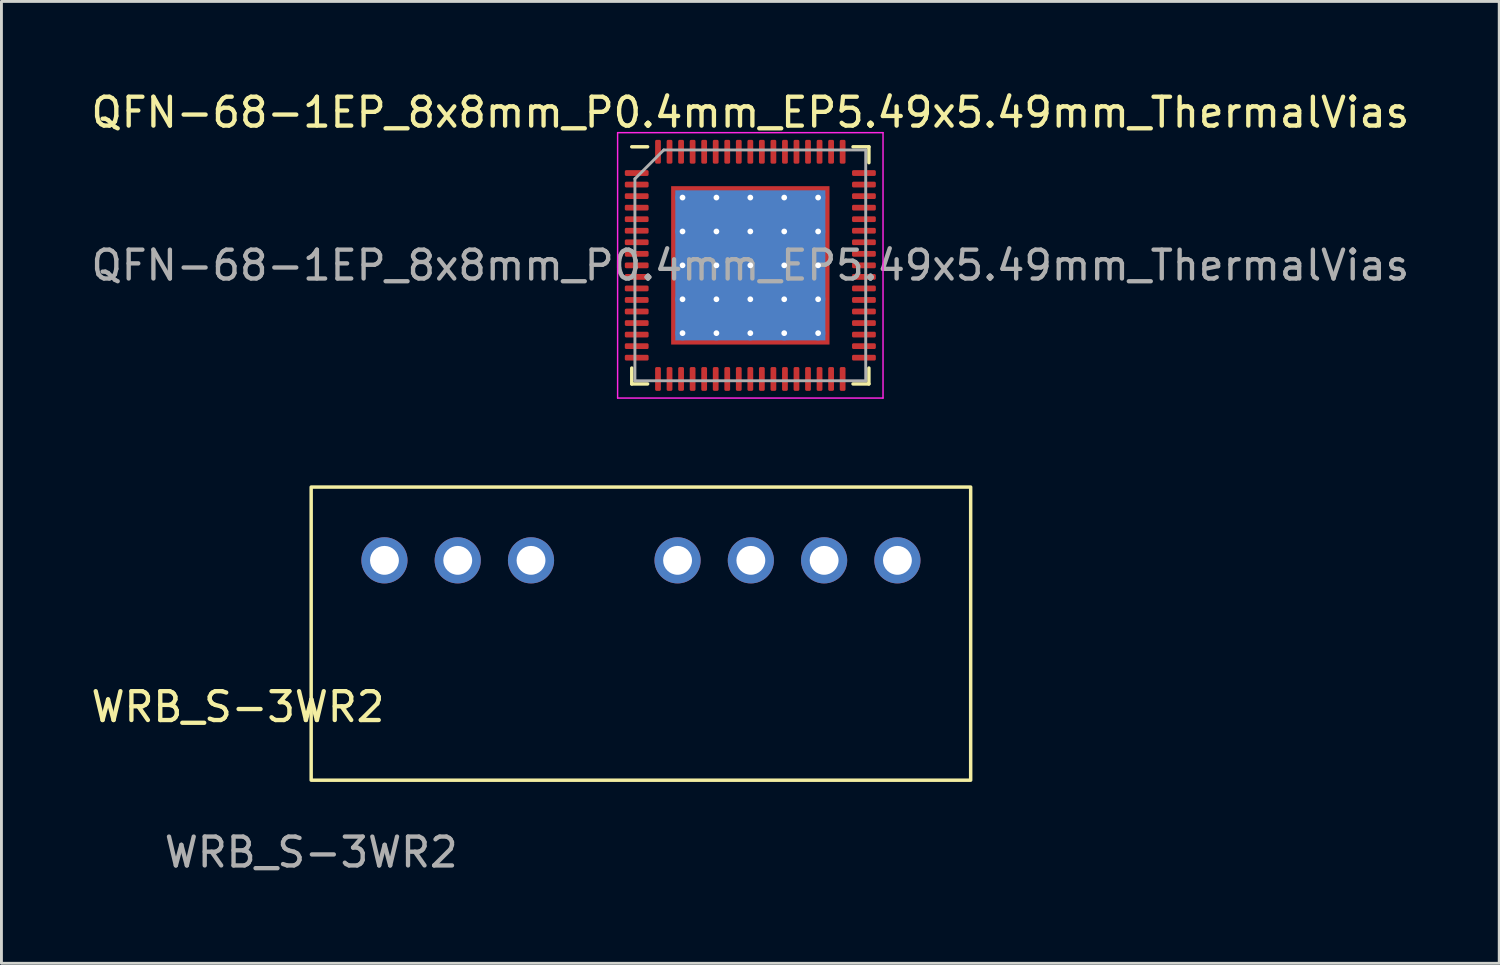
<source format=kicad_pcb>
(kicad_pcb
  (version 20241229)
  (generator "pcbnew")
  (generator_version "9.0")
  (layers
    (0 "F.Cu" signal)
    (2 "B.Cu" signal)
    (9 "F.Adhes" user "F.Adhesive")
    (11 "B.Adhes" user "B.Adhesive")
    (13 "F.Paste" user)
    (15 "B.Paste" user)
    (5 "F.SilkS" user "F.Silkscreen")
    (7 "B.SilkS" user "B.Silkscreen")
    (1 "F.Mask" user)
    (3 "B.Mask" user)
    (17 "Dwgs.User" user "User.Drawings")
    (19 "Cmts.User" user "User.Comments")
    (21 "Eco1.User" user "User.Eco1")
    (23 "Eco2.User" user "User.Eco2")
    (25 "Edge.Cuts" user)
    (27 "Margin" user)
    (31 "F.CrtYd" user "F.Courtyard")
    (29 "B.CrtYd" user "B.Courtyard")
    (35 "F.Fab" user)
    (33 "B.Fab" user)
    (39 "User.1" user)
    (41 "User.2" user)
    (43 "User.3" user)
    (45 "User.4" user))
  (footprint "WRB_S-3WR2"
    (layer "F.Cu")
    (at 7.736 23.993)
    (property "Reference" "WRB_S-3WR2" (at -2.54 -2.54 0) (unlocked yes) (layer "F.SilkS") (effects (font (size 1 1) (thickness 0.15))))
    (attr through_hole)
    (fp_rect (start 0 -10.16) (end 22.86 0) (stroke (width 0.12) (type solid)) (fill no) (layer "F.SilkS"))
    (fp_text user "${REFERENCE}" (at 0 2.5 0) (unlocked yes) (layer "F.Fab") (effects (font (size 1 1) (thickness 0.15))))
    (pad "1" thru_hole circle (at 2.54 -7.62) (size 1.6 1.6) (drill 1) (layers "*.Cu" "*.Mask"))
    (pad "2" thru_hole circle (at 5.08 -7.62) (size 1.6 1.6) (drill 1) (layers "*.Cu" "*.Mask"))
    (pad "3" thru_hole circle (at 7.62 -7.62) (size 1.6 1.6) (drill 1) (layers "*.Cu" "*.Mask"))
    (pad "5" thru_hole circle (at 12.7 -7.62) (size 1.6 1.6) (drill 1) (layers "*.Cu" "*.Mask"))
    (pad "6" thru_hole circle (at 15.24 -7.62) (size 1.6 1.6) (drill 1) (layers "*.Cu" "*.Mask"))
    (pad "7" thru_hole circle (at 17.78 -7.62) (size 1.6 1.6) (drill 1) (layers "*.Cu" "*.Mask"))
    (pad "8" thru_hole circle (at 20.32 -7.62) (size 1.6 1.6) (drill 1) (layers "*.Cu" "*.Mask")))
  (footprint "QFN-68-1EP_8x8mm_P0.4mm_EP5.49x5.49mm_ThermalVias"
    (layer "F.Cu")
    (at 22.958 6.148)
    (property "Reference" "QFN-68-1EP_8x8mm_P0.4mm_EP5.49x5.49mm_ThermalVias" (at 0 -5.3 0) (layer "F.SilkS") (effects (font (size 1 1) (thickness 0.15))))
    (attr smd)
    (fp_line (start -4.11 4.11) (end -4.11 3.56) (stroke (width 0.12) (type solid)) (layer "F.SilkS"))
    (fp_line (start -3.56 -4.11) (end -4.11 -4.11) (stroke (width 0.12) (type solid)) (layer "F.SilkS"))
    (fp_line (start -3.56 4.11) (end -4.11 4.11) (stroke (width 0.12) (type solid)) (layer "F.SilkS"))
    (fp_line (start 3.56 -4.11) (end 4.11 -4.11) (stroke (width 0.12) (type solid)) (layer "F.SilkS"))
    (fp_line (start 3.56 4.11) (end 4.11 4.11) (stroke (width 0.12) (type solid)) (layer "F.SilkS"))
    (fp_line (start 4.11 -4.11) (end 4.11 -3.56) (stroke (width 0.12) (type solid)) (layer "F.SilkS"))
    (fp_line (start 4.11 4.11) (end 4.11 3.56) (stroke (width 0.12) (type solid)) (layer "F.SilkS"))
    (fp_line (start -4.6 -4.6) (end -4.6 4.6) (stroke (width 0.05) (type solid)) (layer "F.CrtYd"))
    (fp_line (start -4.6 4.6) (end 4.6 4.6) (stroke (width 0.05) (type solid)) (layer "F.CrtYd"))
    (fp_line (start 4.6 -4.6) (end -4.6 -4.6) (stroke (width 0.05) (type solid)) (layer "F.CrtYd"))
    (fp_line (start 4.6 4.6) (end 4.6 -4.6) (stroke (width 0.05) (type solid)) (layer "F.CrtYd"))
    (fp_line (start -4 -3) (end -3 -4) (stroke (width 0.1) (type solid)) (layer "F.Fab"))
    (fp_line (start -4 4) (end -4 -3) (stroke (width 0.1) (type solid)) (layer "F.Fab"))
    (fp_line (start -3 -4) (end 4 -4) (stroke (width 0.1) (type solid)) (layer "F.Fab"))
    (fp_line (start 4 -4) (end 4 4) (stroke (width 0.1) (type solid)) (layer "F.Fab"))
    (fp_line (start 4 4) (end -4 4) (stroke (width 0.1) (type solid)) (layer "F.Fab"))
    (fp_text user "${REFERENCE}" (at 0 0 0) (layer "F.Fab") (effects (font (size 1 1) (thickness 0.15))))
    (pad "" smd roundrect (at -1.762 -1.762) (size 1.007 1.007) (layers "F.Paste") (roundrect_rratio 0.248))
    (pad "" smd roundrect (at -1.762 -0.588) (size 1.007 1.007) (layers "F.Paste") (roundrect_rratio 0.248))
    (pad "" smd roundrect (at -1.762 0.588) (size 1.007 1.007) (layers "F.Paste") (roundrect_rratio 0.248))
    (pad "" smd roundrect (at -1.762 1.762) (size 1.007 1.007) (layers "F.Paste") (roundrect_rratio 0.248))
    (pad "" smd roundrect (at -0.588 -1.762) (size 1.007 1.007) (layers "F.Paste") (roundrect_rratio 0.248))
    (pad "" smd roundrect (at -0.588 -0.588) (size 1.007 1.007) (layers "F.Paste") (roundrect_rratio 0.248))
    (pad "" smd roundrect (at -0.588 0.588) (size 1.007 1.007) (layers "F.Paste") (roundrect_rratio 0.248))
    (pad "" smd roundrect (at -0.588 1.762) (size 1.007 1.007) (layers "F.Paste") (roundrect_rratio 0.248))
    (pad "" smd roundrect (at 0.588 -1.762) (size 1.007 1.007) (layers "F.Paste") (roundrect_rratio 0.248))
    (pad "" smd roundrect (at 0.588 -0.588) (size 1.007 1.007) (layers "F.Paste") (roundrect_rratio 0.248))
    (pad "" smd roundrect (at 0.588 0.588) (size 1.007 1.007) (layers "F.Paste") (roundrect_rratio 0.248))
    (pad "" smd roundrect (at 0.588 1.762) (size 1.007 1.007) (layers "F.Paste") (roundrect_rratio 0.248))
    (pad "" smd roundrect (at 1.762 -1.762) (size 1.007 1.007) (layers "F.Paste") (roundrect_rratio 0.248))
    (pad "" smd roundrect (at 1.762 -0.588) (size 1.007 1.007) (layers "F.Paste") (roundrect_rratio 0.248))
    (pad "" smd roundrect (at 1.762 0.588) (size 1.007 1.007) (layers "F.Paste") (roundrect_rratio 0.248))
    (pad "" smd roundrect (at 1.762 1.762) (size 1.007 1.007) (layers "F.Paste") (roundrect_rratio 0.248))
    (pad "1" smd roundrect (at -3.938 -3.2) (size 0.825 0.2) (layers "F.Cu" "F.Mask" "F.Paste") (roundrect_rratio 0.25))
    (pad "2" smd roundrect (at -3.938 -2.8) (size 0.825 0.2) (layers "F.Cu" "F.Mask" "F.Paste") (roundrect_rratio 0.25))
    (pad "3" smd roundrect (at -3.938 -2.4) (size 0.825 0.2) (layers "F.Cu" "F.Mask" "F.Paste") (roundrect_rratio 0.25))
    (pad "4" smd roundrect (at -3.938 -2) (size 0.825 0.2) (layers "F.Cu" "F.Mask" "F.Paste") (roundrect_rratio 0.25))
    (pad "5" smd roundrect (at -3.938 -1.6) (size 0.825 0.2) (layers "F.Cu" "F.Mask" "F.Paste") (roundrect_rratio 0.25))
    (pad "6" smd roundrect (at -3.938 -1.2) (size 0.825 0.2) (layers "F.Cu" "F.Mask" "F.Paste") (roundrect_rratio 0.25))
    (pad "7" smd roundrect (at -3.938 -0.8) (size 0.825 0.2) (layers "F.Cu" "F.Mask" "F.Paste") (roundrect_rratio 0.25))
    (pad "8" smd roundrect (at -3.938 -0.4) (size 0.825 0.2) (layers "F.Cu" "F.Mask" "F.Paste") (roundrect_rratio 0.25))
    (pad "9" smd roundrect (at -3.938 0) (size 0.825 0.2) (layers "F.Cu" "F.Mask" "F.Paste") (roundrect_rratio 0.25))
    (pad "10" smd roundrect (at -3.938 0.4) (size 0.825 0.2) (layers "F.Cu" "F.Mask" "F.Paste") (roundrect_rratio 0.25))
    (pad "11" smd roundrect (at -3.938 0.8) (size 0.825 0.2) (layers "F.Cu" "F.Mask" "F.Paste") (roundrect_rratio 0.25))
    (pad "12" smd roundrect (at -3.938 1.2) (size 0.825 0.2) (layers "F.Cu" "F.Mask" "F.Paste") (roundrect_rratio 0.25))
    (pad "13" smd roundrect (at -3.938 1.6) (size 0.825 0.2) (layers "F.Cu" "F.Mask" "F.Paste") (roundrect_rratio 0.25))
    (pad "14" smd roundrect (at -3.938 2) (size 0.825 0.2) (layers "F.Cu" "F.Mask" "F.Paste") (roundrect_rratio 0.25))
    (pad "15" smd roundrect (at -3.938 2.4) (size 0.825 0.2) (layers "F.Cu" "F.Mask" "F.Paste") (roundrect_rratio 0.25))
    (pad "16" smd roundrect (at -3.938 2.8) (size 0.825 0.2) (layers "F.Cu" "F.Mask" "F.Paste") (roundrect_rratio 0.25))
    (pad "17" smd roundrect (at -3.938 3.2) (size 0.825 0.2) (layers "F.Cu" "F.Mask" "F.Paste") (roundrect_rratio 0.25))
    (pad "18" smd roundrect (at -3.2 3.938) (size 0.2 0.825) (layers "F.Cu" "F.Mask" "F.Paste") (roundrect_rratio 0.25))
    (pad "19" smd roundrect (at -2.8 3.938) (size 0.2 0.825) (layers "F.Cu" "F.Mask" "F.Paste") (roundrect_rratio 0.25))
    (pad "20" smd roundrect (at -2.4 3.938) (size 0.2 0.825) (layers "F.Cu" "F.Mask" "F.Paste") (roundrect_rratio 0.25))
    (pad "21" smd roundrect (at -2 3.938) (size 0.2 0.825) (layers "F.Cu" "F.Mask" "F.Paste") (roundrect_rratio 0.25))
    (pad "22" smd roundrect (at -1.6 3.938) (size 0.2 0.825) (layers "F.Cu" "F.Mask" "F.Paste") (roundrect_rratio 0.25))
    (pad "23" smd roundrect (at -1.2 3.938) (size 0.2 0.825) (layers "F.Cu" "F.Mask" "F.Paste") (roundrect_rratio 0.25))
    (pad "24" smd roundrect (at -0.8 3.938) (size 0.2 0.825) (layers "F.Cu" "F.Mask" "F.Paste") (roundrect_rratio 0.25))
    (pad "25" smd roundrect (at -0.4 3.938) (size 0.2 0.825) (layers "F.Cu" "F.Mask" "F.Paste") (roundrect_rratio 0.25))
    (pad "26" smd roundrect (at 0 3.938) (size 0.2 0.825) (layers "F.Cu" "F.Mask" "F.Paste") (roundrect_rratio 0.25))
    (pad "27" smd roundrect (at 0.4 3.938) (size 0.2 0.825) (layers "F.Cu" "F.Mask" "F.Paste") (roundrect_rratio 0.25))
    (pad "28" smd roundrect (at 0.8 3.938) (size 0.2 0.825) (layers "F.Cu" "F.Mask" "F.Paste") (roundrect_rratio 0.25))
    (pad "29" smd roundrect (at 1.2 3.938) (size 0.2 0.825) (layers "F.Cu" "F.Mask" "F.Paste") (roundrect_rratio 0.25))
    (pad "30" smd roundrect (at 1.6 3.938) (size 0.2 0.825) (layers "F.Cu" "F.Mask" "F.Paste") (roundrect_rratio 0.25))
    (pad "31" smd roundrect (at 2 3.938) (size 0.2 0.825) (layers "F.Cu" "F.Mask" "F.Paste") (roundrect_rratio 0.25))
    (pad "32" smd roundrect (at 2.4 3.938) (size 0.2 0.825) (layers "F.Cu" "F.Mask" "F.Paste") (roundrect_rratio 0.25))
    (pad "33" smd roundrect (at 2.8 3.938) (size 0.2 0.825) (layers "F.Cu" "F.Mask" "F.Paste") (roundrect_rratio 0.25))
    (pad "34" smd roundrect (at 3.2 3.938) (size 0.2 0.825) (layers "F.Cu" "F.Mask" "F.Paste") (roundrect_rratio 0.25))
    (pad "35" smd roundrect (at 3.938 3.2) (size 0.825 0.2) (layers "F.Cu" "F.Mask" "F.Paste") (roundrect_rratio 0.25))
    (pad "36" smd roundrect (at 3.938 2.8) (size 0.825 0.2) (layers "F.Cu" "F.Mask" "F.Paste") (roundrect_rratio 0.25))
    (pad "37" smd roundrect (at 3.938 2.4) (size 0.825 0.2) (layers "F.Cu" "F.Mask" "F.Paste") (roundrect_rratio 0.25))
    (pad "38" smd roundrect (at 3.938 2) (size 0.825 0.2) (layers "F.Cu" "F.Mask" "F.Paste") (roundrect_rratio 0.25))
    (pad "39" smd roundrect (at 3.938 1.6) (size 0.825 0.2) (layers "F.Cu" "F.Mask" "F.Paste") (roundrect_rratio 0.25))
    (pad "40" smd roundrect (at 3.938 1.2) (size 0.825 0.2) (layers "F.Cu" "F.Mask" "F.Paste") (roundrect_rratio 0.25))
    (pad "41" smd roundrect (at 3.938 0.8) (size 0.825 0.2) (layers "F.Cu" "F.Mask" "F.Paste") (roundrect_rratio 0.25))
    (pad "42" smd roundrect (at 3.938 0.4) (size 0.825 0.2) (layers "F.Cu" "F.Mask" "F.Paste") (roundrect_rratio 0.25))
    (pad "43" smd roundrect (at 3.938 0) (size 0.825 0.2) (layers "F.Cu" "F.Mask" "F.Paste") (roundrect_rratio 0.25))
    (pad "44" smd roundrect (at 3.938 -0.4) (size 0.825 0.2) (layers "F.Cu" "F.Mask" "F.Paste") (roundrect_rratio 0.25))
    (pad "45" smd roundrect (at 3.938 -0.8) (size 0.825 0.2) (layers "F.Cu" "F.Mask" "F.Paste") (roundrect_rratio 0.25))
    (pad "46" smd roundrect (at 3.938 -1.2) (size 0.825 0.2) (layers "F.Cu" "F.Mask" "F.Paste") (roundrect_rratio 0.25))
    (pad "47" smd roundrect (at 3.938 -1.6) (size 0.825 0.2) (layers "F.Cu" "F.Mask" "F.Paste") (roundrect_rratio 0.25))
    (pad "48" smd roundrect (at 3.938 -2) (size 0.825 0.2) (layers "F.Cu" "F.Mask" "F.Paste") (roundrect_rratio 0.25))
    (pad "49" smd roundrect (at 3.938 -2.4) (size 0.825 0.2) (layers "F.Cu" "F.Mask" "F.Paste") (roundrect_rratio 0.25))
    (pad "50" smd roundrect (at 3.938 -2.8) (size 0.825 0.2) (layers "F.Cu" "F.Mask" "F.Paste") (roundrect_rratio 0.25))
    (pad "51" smd roundrect (at 3.938 -3.2) (size 0.825 0.2) (layers "F.Cu" "F.Mask" "F.Paste") (roundrect_rratio 0.25))
    (pad "52" smd roundrect (at 3.2 -3.938) (size 0.2 0.825) (layers "F.Cu" "F.Mask" "F.Paste") (roundrect_rratio 0.25))
    (pad "53" smd roundrect (at 2.8 -3.938) (size 0.2 0.825) (layers "F.Cu" "F.Mask" "F.Paste") (roundrect_rratio 0.25))
    (pad "54" smd roundrect (at 2.4 -3.938) (size 0.2 0.825) (layers "F.Cu" "F.Mask" "F.Paste") (roundrect_rratio 0.25))
    (pad "55" smd roundrect (at 2 -3.938) (size 0.2 0.825) (layers "F.Cu" "F.Mask" "F.Paste") (roundrect_rratio 0.25))
    (pad "56" smd roundrect (at 1.6 -3.938) (size 0.2 0.825) (layers "F.Cu" "F.Mask" "F.Paste") (roundrect_rratio 0.25))
    (pad "57" smd roundrect (at 1.2 -3.938) (size 0.2 0.825) (layers "F.Cu" "F.Mask" "F.Paste") (roundrect_rratio 0.25))
    (pad "58" smd roundrect (at 0.8 -3.938) (size 0.2 0.825) (layers "F.Cu" "F.Mask" "F.Paste") (roundrect_rratio 0.25))
    (pad "59" smd roundrect (at 0.4 -3.938) (size 0.2 0.825) (layers "F.Cu" "F.Mask" "F.Paste") (roundrect_rratio 0.25))
    (pad "60" smd roundrect (at 0 -3.938) (size 0.2 0.825) (layers "F.Cu" "F.Mask" "F.Paste") (roundrect_rratio 0.25))
    (pad "61" smd roundrect (at -0.4 -3.938) (size 0.2 0.825) (layers "F.Cu" "F.Mask" "F.Paste") (roundrect_rratio 0.25))
    (pad "62" smd roundrect (at -0.8 -3.938) (size 0.2 0.825) (layers "F.Cu" "F.Mask" "F.Paste") (roundrect_rratio 0.25))
    (pad "63" smd roundrect (at -1.2 -3.938) (size 0.2 0.825) (layers "F.Cu" "F.Mask" "F.Paste") (roundrect_rratio 0.25))
    (pad "64" smd roundrect (at -1.6 -3.938) (size 0.2 0.825) (layers "F.Cu" "F.Mask" "F.Paste") (roundrect_rratio 0.25))
    (pad "65" smd roundrect (at -2 -3.938) (size 0.2 0.825) (layers "F.Cu" "F.Mask" "F.Paste") (roundrect_rratio 0.25))
    (pad "66" smd roundrect (at -2.4 -3.938) (size 0.2 0.825) (layers "F.Cu" "F.Mask" "F.Paste") (roundrect_rratio 0.25))
    (pad "67" smd roundrect (at -2.8 -3.938) (size 0.2 0.825) (layers "F.Cu" "F.Mask" "F.Paste") (roundrect_rratio 0.25))
    (pad "68" smd roundrect (at -3.2 -3.938) (size 0.2 0.825) (layers "F.Cu" "F.Mask" "F.Paste") (roundrect_rratio 0.25))
    (pad "69" thru_hole circle (at -2.35 -2.35) (size 0.5 0.5) (drill 0.2) (layers "*.Cu"))
    (pad "69" thru_hole circle (at -2.35 -1.175) (size 0.5 0.5) (drill 0.2) (layers "*.Cu"))
    (pad "69" thru_hole circle (at -2.35 0) (size 0.5 0.5) (drill 0.2) (layers "*.Cu"))
    (pad "69" thru_hole circle (at -2.35 1.175) (size 0.5 0.5) (drill 0.2) (layers "*.Cu"))
    (pad "69" thru_hole circle (at -2.35 2.35) (size 0.5 0.5) (drill 0.2) (layers "*.Cu"))
    (pad "69" thru_hole circle (at -1.175 -2.35) (size 0.5 0.5) (drill 0.2) (layers "*.Cu"))
    (pad "69" thru_hole circle (at -1.175 -1.175) (size 0.5 0.5) (drill 0.2) (layers "*.Cu"))
    (pad "69" thru_hole circle (at -1.175 0) (size 0.5 0.5) (drill 0.2) (layers "*.Cu"))
    (pad "69" thru_hole circle (at -1.175 1.175) (size 0.5 0.5) (drill 0.2) (layers "*.Cu"))
    (pad "69" thru_hole circle (at -1.175 2.35) (size 0.5 0.5) (drill 0.2) (layers "*.Cu"))
    (pad "69" thru_hole circle (at 0 -2.35) (size 0.5 0.5) (drill 0.2) (layers "*.Cu"))
    (pad "69" thru_hole circle (at 0 -1.175) (size 0.5 0.5) (drill 0.2) (layers "*.Cu"))
    (pad "69" thru_hole circle (at 0 0) (size 0.5 0.5) (drill 0.2) (layers "*.Cu"))
    (pad "69" smd rect (at 0 0) (size 5.2 5.2) (layers "B.Cu"))
    (pad "69" smd rect (at 0 0) (size 5.49 5.49) (layers "F.Cu" "F.Mask"))
    (pad "69" thru_hole circle (at 0 1.175) (size 0.5 0.5) (drill 0.2) (layers "*.Cu"))
    (pad "69" thru_hole circle (at 0 2.35) (size 0.5 0.5) (drill 0.2) (layers "*.Cu"))
    (pad "69" thru_hole circle (at 1.175 -2.35) (size 0.5 0.5) (drill 0.2) (layers "*.Cu"))
    (pad "69" thru_hole circle (at 1.175 -1.175) (size 0.5 0.5) (drill 0.2) (layers "*.Cu"))
    (pad "69" thru_hole circle (at 1.175 0) (size 0.5 0.5) (drill 0.2) (layers "*.Cu"))
    (pad "69" thru_hole circle (at 1.175 1.175) (size 0.5 0.5) (drill 0.2) (layers "*.Cu"))
    (pad "69" thru_hole circle (at 1.175 2.35) (size 0.5 0.5) (drill 0.2) (layers "*.Cu"))
    (pad "69" thru_hole circle (at 2.35 -2.35) (size 0.5 0.5) (drill 0.2) (layers "*.Cu"))
    (pad "69" thru_hole circle (at 2.35 -1.175) (size 0.5 0.5) (drill 0.2) (layers "*.Cu"))
    (pad "69" thru_hole circle (at 2.35 0) (size 0.5 0.5) (drill 0.2) (layers "*.Cu"))
    (pad "69" thru_hole circle (at 2.35 1.175) (size 0.5 0.5) (drill 0.2) (layers "*.Cu"))
    (pad "69" thru_hole circle (at 2.35 2.35) (size 0.5 0.5) (drill 0.2) (layers "*.Cu")))
  (gr_rect
    (start -3 -3)
    (end 48.917 30.341)
    (stroke (width 0.1) (type default))
    (fill no)
    (layer "Edge.Cuts")))
</source>
